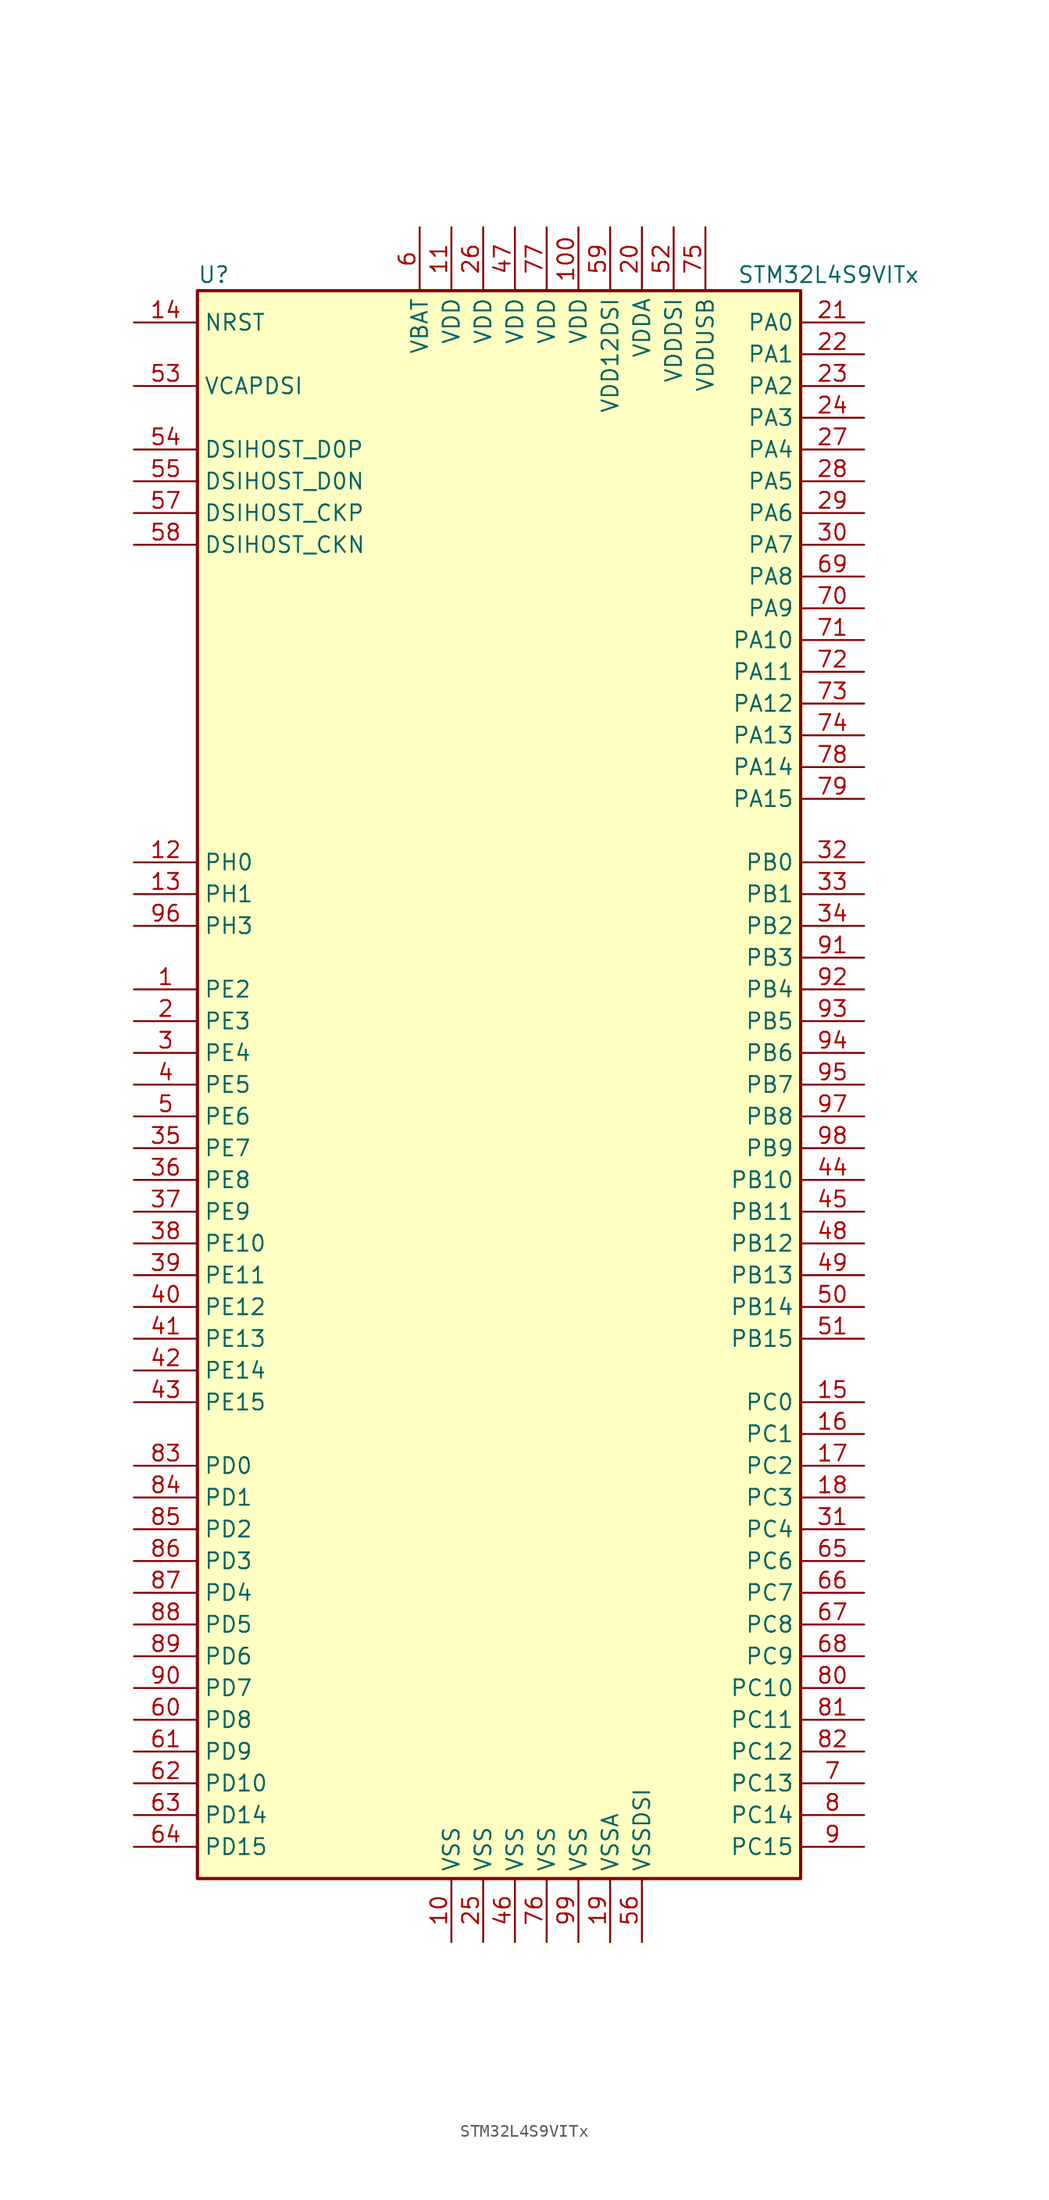
<source format=kicad_sym>
(kicad_symbol_lib
  (version 20211014)
  (generator kicad_symbol_editor)
  (symbol "STM32L4S9VITx"
    (property "Reference" "U"
      (at -25.4 64.77 0)
      (effects (font (size 1.27 1.27)) (justify left)))
    (property "Value" "STM32L4S9VITx"
      (at 17.78 64.77 0)
      (effects (font (size 1.27 1.27)) (justify left)))
    (symbol "STM32L4S9VITx_0_1"
      (rectangle (start -25.4 -63.5) (end 22.86 63.5) (stroke (width 0.254) (type default) (color 0 0 0 0)) (fill (type background))))
    (symbol "STM32L4S9VITx_1_1"
      (pin bidirectional line (at -30.48 7.62 0) (length 5.08) (name "PE2" (effects (font (size 1.27 1.27)))) (number "1" (effects (font (size 1.27 1.27)))))
      (pin power_in line (at -5.08 -68.58 90) (length 5.08) (name "VSS" (effects (font (size 1.27 1.27)))) (number "10" (effects (font (size 1.27 1.27)))))
      (pin power_in line (at 5.08 68.58 270) (length 5.08) (name "VDD" (effects (font (size 1.27 1.27)))) (number "100" (effects (font (size 1.27 1.27)))))
      (pin power_in line (at -5.08 68.58 270) (length 5.08) (name "VDD" (effects (font (size 1.27 1.27)))) (number "11" (effects (font (size 1.27 1.27)))))
      (pin input line (at -30.48 17.78 0) (length 5.08) (name "PH0" (effects (font (size 1.27 1.27)))) (number "12" (effects (font (size 1.27 1.27)))))
      (pin input line (at -30.48 15.24 0) (length 5.08) (name "PH1" (effects (font (size 1.27 1.27)))) (number "13" (effects (font (size 1.27 1.27)))))
      (pin input line (at -30.48 60.96 0) (length 5.08) (name "NRST" (effects (font (size 1.27 1.27)))) (number "14" (effects (font (size 1.27 1.27)))))
      (pin bidirectional line (at 27.94 -25.4 180) (length 5.08) (name "PC0" (effects (font (size 1.27 1.27)))) (number "15" (effects (font (size 1.27 1.27)))))
      (pin bidirectional line (at 27.94 -27.94 180) (length 5.08) (name "PC1" (effects (font (size 1.27 1.27)))) (number "16" (effects (font (size 1.27 1.27)))))
      (pin bidirectional line (at 27.94 -30.48 180) (length 5.08) (name "PC2" (effects (font (size 1.27 1.27)))) (number "17" (effects (font (size 1.27 1.27)))))
      (pin bidirectional line (at 27.94 -33.02 180) (length 5.08) (name "PC3" (effects (font (size 1.27 1.27)))) (number "18" (effects (font (size 1.27 1.27)))))
      (pin power_in line (at 7.62 -68.58 90) (length 5.08) (name "VSSA" (effects (font (size 1.27 1.27)))) (number "19" (effects (font (size 1.27 1.27)))))
      (pin bidirectional line (at -30.48 5.08 0) (length 5.08) (name "PE3" (effects (font (size 1.27 1.27)))) (number "2" (effects (font (size 1.27 1.27)))))
      (pin power_in line (at 10.16 68.58 270) (length 5.08) (name "VDDA" (effects (font (size 1.27 1.27)))) (number "20" (effects (font (size 1.27 1.27)))))
      (pin bidirectional line (at 27.94 60.96 180) (length 5.08) (name "PA0" (effects (font (size 1.27 1.27)))) (number "21" (effects (font (size 1.27 1.27)))))
      (pin bidirectional line (at 27.94 58.42 180) (length 5.08) (name "PA1" (effects (font (size 1.27 1.27)))) (number "22" (effects (font (size 1.27 1.27)))))
      (pin bidirectional line (at 27.94 55.88 180) (length 5.08) (name "PA2" (effects (font (size 1.27 1.27)))) (number "23" (effects (font (size 1.27 1.27)))))
      (pin bidirectional line (at 27.94 53.34 180) (length 5.08) (name "PA3" (effects (font (size 1.27 1.27)))) (number "24" (effects (font (size 1.27 1.27)))))
      (pin power_in line (at -2.54 -68.58 90) (length 5.08) (name "VSS" (effects (font (size 1.27 1.27)))) (number "25" (effects (font (size 1.27 1.27)))))
      (pin power_in line (at -2.54 68.58 270) (length 5.08) (name "VDD" (effects (font (size 1.27 1.27)))) (number "26" (effects (font (size 1.27 1.27)))))
      (pin bidirectional line (at 27.94 50.8 180) (length 5.08) (name "PA4" (effects (font (size 1.27 1.27)))) (number "27" (effects (font (size 1.27 1.27)))))
      (pin bidirectional line (at 27.94 48.26 180) (length 5.08) (name "PA5" (effects (font (size 1.27 1.27)))) (number "28" (effects (font (size 1.27 1.27)))))
      (pin bidirectional line (at 27.94 45.72 180) (length 5.08) (name "PA6" (effects (font (size 1.27 1.27)))) (number "29" (effects (font (size 1.27 1.27)))))
      (pin bidirectional line (at -30.48 2.54 0) (length 5.08) (name "PE4" (effects (font (size 1.27 1.27)))) (number "3" (effects (font (size 1.27 1.27)))))
      (pin bidirectional line (at 27.94 43.18 180) (length 5.08) (name "PA7" (effects (font (size 1.27 1.27)))) (number "30" (effects (font (size 1.27 1.27)))))
      (pin bidirectional line (at 27.94 -35.56 180) (length 5.08) (name "PC4" (effects (font (size 1.27 1.27)))) (number "31" (effects (font (size 1.27 1.27)))))
      (pin bidirectional line (at 27.94 17.78 180) (length 5.08) (name "PB0" (effects (font (size 1.27 1.27)))) (number "32" (effects (font (size 1.27 1.27)))))
      (pin bidirectional line (at 27.94 15.24 180) (length 5.08) (name "PB1" (effects (font (size 1.27 1.27)))) (number "33" (effects (font (size 1.27 1.27)))))
      (pin bidirectional line (at 27.94 12.7 180) (length 5.08) (name "PB2" (effects (font (size 1.27 1.27)))) (number "34" (effects (font (size 1.27 1.27)))))
      (pin bidirectional line (at -30.48 -5.08 0) (length 5.08) (name "PE7" (effects (font (size 1.27 1.27)))) (number "35" (effects (font (size 1.27 1.27)))))
      (pin bidirectional line (at -30.48 -7.62 0) (length 5.08) (name "PE8" (effects (font (size 1.27 1.27)))) (number "36" (effects (font (size 1.27 1.27)))))
      (pin bidirectional line (at -30.48 -10.16 0) (length 5.08) (name "PE9" (effects (font (size 1.27 1.27)))) (number "37" (effects (font (size 1.27 1.27)))))
      (pin bidirectional line (at -30.48 -12.7 0) (length 5.08) (name "PE10" (effects (font (size 1.27 1.27)))) (number "38" (effects (font (size 1.27 1.27)))))
      (pin bidirectional line (at -30.48 -15.24 0) (length 5.08) (name "PE11" (effects (font (size 1.27 1.27)))) (number "39" (effects (font (size 1.27 1.27)))))
      (pin bidirectional line (at -30.48 0 0) (length 5.08) (name "PE5" (effects (font (size 1.27 1.27)))) (number "4" (effects (font (size 1.27 1.27)))))
      (pin bidirectional line (at -30.48 -17.78 0) (length 5.08) (name "PE12" (effects (font (size 1.27 1.27)))) (number "40" (effects (font (size 1.27 1.27)))))
      (pin bidirectional line (at -30.48 -20.32 0) (length 5.08) (name "PE13" (effects (font (size 1.27 1.27)))) (number "41" (effects (font (size 1.27 1.27)))))
      (pin bidirectional line (at -30.48 -22.86 0) (length 5.08) (name "PE14" (effects (font (size 1.27 1.27)))) (number "42" (effects (font (size 1.27 1.27)))))
      (pin bidirectional line (at -30.48 -25.4 0) (length 5.08) (name "PE15" (effects (font (size 1.27 1.27)))) (number "43" (effects (font (size 1.27 1.27)))))
      (pin bidirectional line (at 27.94 -7.62 180) (length 5.08) (name "PB10" (effects (font (size 1.27 1.27)))) (number "44" (effects (font (size 1.27 1.27)))))
      (pin bidirectional line (at 27.94 -10.16 180) (length 5.08) (name "PB11" (effects (font (size 1.27 1.27)))) (number "45" (effects (font (size 1.27 1.27)))))
      (pin power_in line (at 0 -68.58 90) (length 5.08) (name "VSS" (effects (font (size 1.27 1.27)))) (number "46" (effects (font (size 1.27 1.27)))))
      (pin power_in line (at 0 68.58 270) (length 5.08) (name "VDD" (effects (font (size 1.27 1.27)))) (number "47" (effects (font (size 1.27 1.27)))))
      (pin bidirectional line (at 27.94 -12.7 180) (length 5.08) (name "PB12" (effects (font (size 1.27 1.27)))) (number "48" (effects (font (size 1.27 1.27)))))
      (pin bidirectional line (at 27.94 -15.24 180) (length 5.08) (name "PB13" (effects (font (size 1.27 1.27)))) (number "49" (effects (font (size 1.27 1.27)))))
      (pin bidirectional line (at -30.48 -2.54 0) (length 5.08) (name "PE6" (effects (font (size 1.27 1.27)))) (number "5" (effects (font (size 1.27 1.27)))))
      (pin bidirectional line (at 27.94 -17.78 180) (length 5.08) (name "PB14" (effects (font (size 1.27 1.27)))) (number "50" (effects (font (size 1.27 1.27)))))
      (pin bidirectional line (at 27.94 -20.32 180) (length 5.08) (name "PB15" (effects (font (size 1.27 1.27)))) (number "51" (effects (font (size 1.27 1.27)))))
      (pin power_in line (at 12.7 68.58 270) (length 5.08) (name "VDDDSI" (effects (font (size 1.27 1.27)))) (number "52" (effects (font (size 1.27 1.27)))))
      (pin power_in line (at -30.48 55.88 0) (length 5.08) (name "VCAPDSI" (effects (font (size 1.27 1.27)))) (number "53" (effects (font (size 1.27 1.27)))))
      (pin bidirectional line (at -30.48 50.8 0) (length 5.08) (name "DSIHOST_D0P" (effects (font (size 1.27 1.27)))) (number "54" (effects (font (size 1.27 1.27)))))
      (pin bidirectional line (at -30.48 48.26 0) (length 5.08) (name "DSIHOST_D0N" (effects (font (size 1.27 1.27)))) (number "55" (effects (font (size 1.27 1.27)))))
      (pin power_in line (at 10.16 -68.58 90) (length 5.08) (name "VSSDSI" (effects (font (size 1.27 1.27)))) (number "56" (effects (font (size 1.27 1.27)))))
      (pin bidirectional line (at -30.48 45.72 0) (length 5.08) (name "DSIHOST_CKP" (effects (font (size 1.27 1.27)))) (number "57" (effects (font (size 1.27 1.27)))))
      (pin bidirectional line (at -30.48 43.18 0) (length 5.08) (name "DSIHOST_CKN" (effects (font (size 1.27 1.27)))) (number "58" (effects (font (size 1.27 1.27)))))
      (pin power_in line (at 7.62 68.58 270) (length 5.08) (name "VDD12DSI" (effects (font (size 1.27 1.27)))) (number "59" (effects (font (size 1.27 1.27)))))
      (pin power_in line (at -7.62 68.58 270) (length 5.08) (name "VBAT" (effects (font (size 1.27 1.27)))) (number "6" (effects (font (size 1.27 1.27)))))
      (pin bidirectional line (at -30.48 -50.8 0) (length 5.08) (name "PD8" (effects (font (size 1.27 1.27)))) (number "60" (effects (font (size 1.27 1.27)))))
      (pin bidirectional line (at -30.48 -53.34 0) (length 5.08) (name "PD9" (effects (font (size 1.27 1.27)))) (number "61" (effects (font (size 1.27 1.27)))))
      (pin bidirectional line (at -30.48 -55.88 0) (length 5.08) (name "PD10" (effects (font (size 1.27 1.27)))) (number "62" (effects (font (size 1.27 1.27)))))
      (pin bidirectional line (at -30.48 -58.42 0) (length 5.08) (name "PD14" (effects (font (size 1.27 1.27)))) (number "63" (effects (font (size 1.27 1.27)))))
      (pin bidirectional line (at -30.48 -60.96 0) (length 5.08) (name "PD15" (effects (font (size 1.27 1.27)))) (number "64" (effects (font (size 1.27 1.27)))))
      (pin bidirectional line (at 27.94 -38.1 180) (length 5.08) (name "PC6" (effects (font (size 1.27 1.27)))) (number "65" (effects (font (size 1.27 1.27)))))
      (pin bidirectional line (at 27.94 -40.64 180) (length 5.08) (name "PC7" (effects (font (size 1.27 1.27)))) (number "66" (effects (font (size 1.27 1.27)))))
      (pin bidirectional line (at 27.94 -43.18 180) (length 5.08) (name "PC8" (effects (font (size 1.27 1.27)))) (number "67" (effects (font (size 1.27 1.27)))))
      (pin bidirectional line (at 27.94 -45.72 180) (length 5.08) (name "PC9" (effects (font (size 1.27 1.27)))) (number "68" (effects (font (size 1.27 1.27)))))
      (pin bidirectional line (at 27.94 40.64 180) (length 5.08) (name "PA8" (effects (font (size 1.27 1.27)))) (number "69" (effects (font (size 1.27 1.27)))))
      (pin bidirectional line (at 27.94 -55.88 180) (length 5.08) (name "PC13" (effects (font (size 1.27 1.27)))) (number "7" (effects (font (size 1.27 1.27)))))
      (pin bidirectional line (at 27.94 38.1 180) (length 5.08) (name "PA9" (effects (font (size 1.27 1.27)))) (number "70" (effects (font (size 1.27 1.27)))))
      (pin bidirectional line (at 27.94 35.56 180) (length 5.08) (name "PA10" (effects (font (size 1.27 1.27)))) (number "71" (effects (font (size 1.27 1.27)))))
      (pin bidirectional line (at 27.94 33.02 180) (length 5.08) (name "PA11" (effects (font (size 1.27 1.27)))) (number "72" (effects (font (size 1.27 1.27)))))
      (pin bidirectional line (at 27.94 30.48 180) (length 5.08) (name "PA12" (effects (font (size 1.27 1.27)))) (number "73" (effects (font (size 1.27 1.27)))))
      (pin bidirectional line (at 27.94 27.94 180) (length 5.08) (name "PA13" (effects (font (size 1.27 1.27)))) (number "74" (effects (font (size 1.27 1.27)))))
      (pin power_in line (at 15.24 68.58 270) (length 5.08) (name "VDDUSB" (effects (font (size 1.27 1.27)))) (number "75" (effects (font (size 1.27 1.27)))))
      (pin power_in line (at 2.54 -68.58 90) (length 5.08) (name "VSS" (effects (font (size 1.27 1.27)))) (number "76" (effects (font (size 1.27 1.27)))))
      (pin power_in line (at 2.54 68.58 270) (length 5.08) (name "VDD" (effects (font (size 1.27 1.27)))) (number "77" (effects (font (size 1.27 1.27)))))
      (pin bidirectional line (at 27.94 25.4 180) (length 5.08) (name "PA14" (effects (font (size 1.27 1.27)))) (number "78" (effects (font (size 1.27 1.27)))))
      (pin bidirectional line (at 27.94 22.86 180) (length 5.08) (name "PA15" (effects (font (size 1.27 1.27)))) (number "79" (effects (font (size 1.27 1.27)))))
      (pin bidirectional line (at 27.94 -58.42 180) (length 5.08) (name "PC14" (effects (font (size 1.27 1.27)))) (number "8" (effects (font (size 1.27 1.27)))))
      (pin bidirectional line (at 27.94 -48.26 180) (length 5.08) (name "PC10" (effects (font (size 1.27 1.27)))) (number "80" (effects (font (size 1.27 1.27)))))
      (pin bidirectional line (at 27.94 -50.8 180) (length 5.08) (name "PC11" (effects (font (size 1.27 1.27)))) (number "81" (effects (font (size 1.27 1.27)))))
      (pin bidirectional line (at 27.94 -53.34 180) (length 5.08) (name "PC12" (effects (font (size 1.27 1.27)))) (number "82" (effects (font (size 1.27 1.27)))))
      (pin bidirectional line (at -30.48 -30.48 0) (length 5.08) (name "PD0" (effects (font (size 1.27 1.27)))) (number "83" (effects (font (size 1.27 1.27)))))
      (pin bidirectional line (at -30.48 -33.02 0) (length 5.08) (name "PD1" (effects (font (size 1.27 1.27)))) (number "84" (effects (font (size 1.27 1.27)))))
      (pin bidirectional line (at -30.48 -35.56 0) (length 5.08) (name "PD2" (effects (font (size 1.27 1.27)))) (number "85" (effects (font (size 1.27 1.27)))))
      (pin bidirectional line (at -30.48 -38.1 0) (length 5.08) (name "PD3" (effects (font (size 1.27 1.27)))) (number "86" (effects (font (size 1.27 1.27)))))
      (pin bidirectional line (at -30.48 -40.64 0) (length 5.08) (name "PD4" (effects (font (size 1.27 1.27)))) (number "87" (effects (font (size 1.27 1.27)))))
      (pin bidirectional line (at -30.48 -43.18 0) (length 5.08) (name "PD5" (effects (font (size 1.27 1.27)))) (number "88" (effects (font (size 1.27 1.27)))))
      (pin bidirectional line (at -30.48 -45.72 0) (length 5.08) (name "PD6" (effects (font (size 1.27 1.27)))) (number "89" (effects (font (size 1.27 1.27)))))
      (pin bidirectional line (at 27.94 -60.96 180) (length 5.08) (name "PC15" (effects (font (size 1.27 1.27)))) (number "9" (effects (font (size 1.27 1.27)))))
      (pin bidirectional line (at -30.48 -48.26 0) (length 5.08) (name "PD7" (effects (font (size 1.27 1.27)))) (number "90" (effects (font (size 1.27 1.27)))))
      (pin bidirectional line (at 27.94 10.16 180) (length 5.08) (name "PB3" (effects (font (size 1.27 1.27)))) (number "91" (effects (font (size 1.27 1.27)))))
      (pin bidirectional line (at 27.94 7.62 180) (length 5.08) (name "PB4" (effects (font (size 1.27 1.27)))) (number "92" (effects (font (size 1.27 1.27)))))
      (pin bidirectional line (at 27.94 5.08 180) (length 5.08) (name "PB5" (effects (font (size 1.27 1.27)))) (number "93" (effects (font (size 1.27 1.27)))))
      (pin bidirectional line (at 27.94 2.54 180) (length 5.08) (name "PB6" (effects (font (size 1.27 1.27)))) (number "94" (effects (font (size 1.27 1.27)))))
      (pin bidirectional line (at 27.94 0 180) (length 5.08) (name "PB7" (effects (font (size 1.27 1.27)))) (number "95" (effects (font (size 1.27 1.27)))))
      (pin bidirectional line (at -30.48 12.7 0) (length 5.08) (name "PH3" (effects (font (size 1.27 1.27)))) (number "96" (effects (font (size 1.27 1.27)))))
      (pin bidirectional line (at 27.94 -2.54 180) (length 5.08) (name "PB8" (effects (font (size 1.27 1.27)))) (number "97" (effects (font (size 1.27 1.27)))))
      (pin bidirectional line (at 27.94 -5.08 180) (length 5.08) (name "PB9" (effects (font (size 1.27 1.27)))) (number "98" (effects (font (size 1.27 1.27)))))
      (pin power_in line (at 5.08 -68.58 90) (length 5.08) (name "VSS" (effects (font (size 1.27 1.27)))) (number "99" (effects (font (size 1.27 1.27))))))))
</source>
